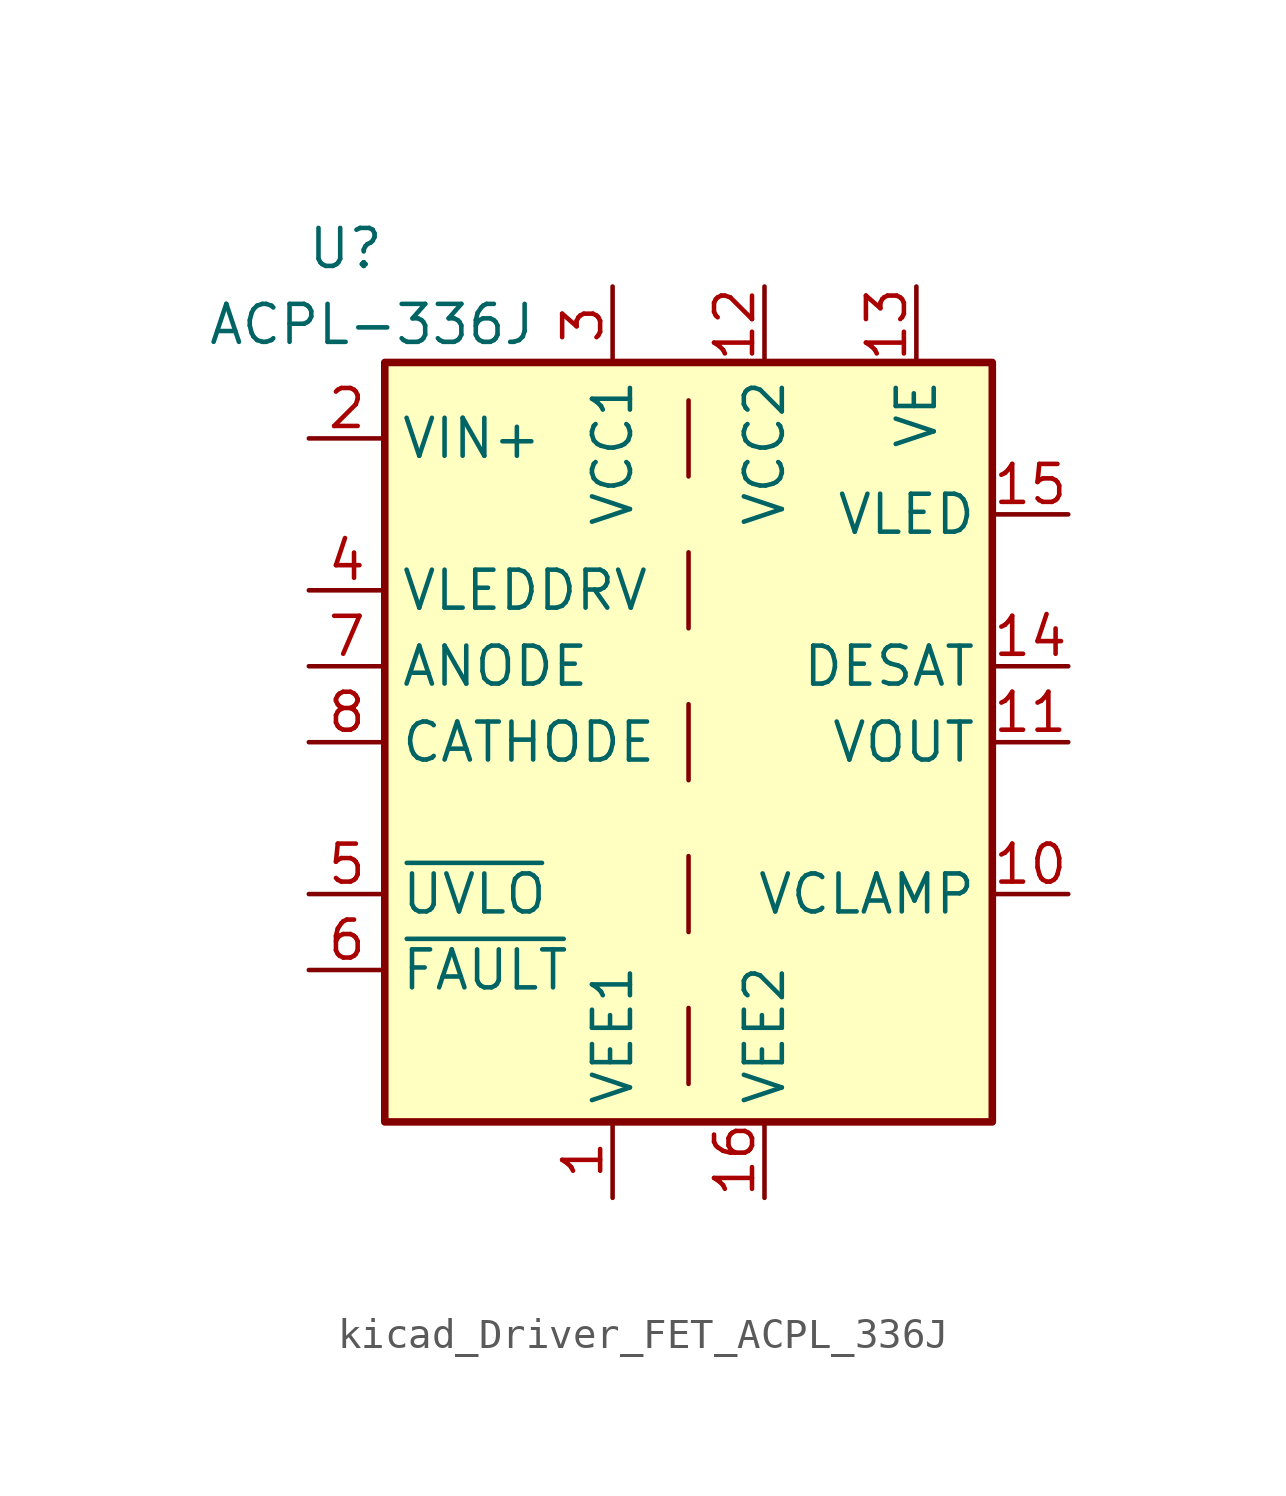
<source format=kicad_sym>
(kicad_symbol_lib
  (version 20220914)
  (generator kicad_symbol_editor)
  (symbol "kicad_Driver_FET_ACPL_336J"
    (property "Reference" "U"
      (at -10.16 16.51 0)
      (effects (font (size 1.27 1.27)) (justify right)))
    (property "Value" "ACPL-336J"
      (at -5.08 13.97 0)
      (effects (font (size 1.27 1.27)) (justify right)))
    (symbol "kicad_Driver_FET_ACPL_336J_0_1"
      (rectangle (start -10.16 12.7) (end 10.16 -12.7) (stroke (width 0.254) (type default)) (fill (type background)))
      (polyline (pts (xy 0 -11.43) (xy 0 -8.89)) (stroke (width 0) (type default)) (fill (type none)))
      (polyline (pts (xy 0 -6.35) (xy 0 -3.81)) (stroke (width 0) (type default)) (fill (type none)))
      (polyline (pts (xy 0 -1.27) (xy 0 1.27)) (stroke (width 0) (type default)) (fill (type none)))
      (polyline (pts (xy 0 3.81) (xy 0 6.35)) (stroke (width 0) (type default)) (fill (type none)))
      (polyline (pts (xy 0 8.89) (xy 0 11.43)) (stroke (width 0) (type default)) (fill (type none))))
    (symbol "kicad_Driver_FET_ACPL_336J_1_1"
      (pin power_in line (at -2.54 -15.24 90) (length 2.54) (name "VEE1" (effects (font (size 1.27 1.27)))) (number "1" (effects (font (size 1.27 1.27)))))
      (pin bidirectional line (at 12.7 -5.08 180) (length 2.54) (name "VCLAMP" (effects (font (size 1.27 1.27)))) (number "10" (effects (font (size 1.27 1.27)))))
      (pin output line (at 12.7 0 180) (length 2.54) (name "VOUT" (effects (font (size 1.27 1.27)))) (number "11" (effects (font (size 1.27 1.27)))))
      (pin power_in line (at 2.54 15.24 270) (length 2.54) (name "VCC2" (effects (font (size 1.27 1.27)))) (number "12" (effects (font (size 1.27 1.27)))))
      (pin power_in line (at 7.62 15.24 270) (length 2.54) (name "VE" (effects (font (size 1.27 1.27)))) (number "13" (effects (font (size 1.27 1.27)))))
      (pin bidirectional line (at 12.7 2.54 180) (length 2.54) (name "DESAT" (effects (font (size 1.27 1.27)))) (number "14" (effects (font (size 1.27 1.27)))))
      (pin output line (at 12.7 7.62 180) (length 2.54) (name "VLED" (effects (font (size 1.27 1.27)))) (number "15" (effects (font (size 1.27 1.27)))))
      (pin power_in line (at 2.54 -15.24 90) (length 2.54) (name "VEE2" (effects (font (size 1.27 1.27)))) (number "16" (effects (font (size 1.27 1.27)))))
      (pin input line (at -12.7 10.16 0) (length 2.54) (name "VIN+" (effects (font (size 1.27 1.27)))) (number "2" (effects (font (size 1.27 1.27)))))
      (pin power_in line (at -2.54 15.24 270) (length 2.54) (name "VCC1" (effects (font (size 1.27 1.27)))) (number "3" (effects (font (size 1.27 1.27)))))
      (pin output line (at -12.7 5.08 0) (length 2.54) (name "VLEDDRV" (effects (font (size 1.27 1.27)))) (number "4" (effects (font (size 1.27 1.27)))))
      (pin open_collector line (at -12.7 -5.08 0) (length 2.54) (name "~{UVLO}" (effects (font (size 1.27 1.27)))) (number "5" (effects (font (size 1.27 1.27)))))
      (pin open_collector line (at -12.7 -7.62 0) (length 2.54) (name "~{FAULT}" (effects (font (size 1.27 1.27)))) (number "6" (effects (font (size 1.27 1.27)))))
      (pin passive line (at -12.7 2.54 0) (length 2.54) (name "ANODE" (effects (font (size 1.27 1.27)))) (number "7" (effects (font (size 1.27 1.27)))))
      (pin passive line (at -12.7 0 0) (length 2.54) (name "CATHODE" (effects (font (size 1.27 1.27)))) (number "8" (effects (font (size 1.27 1.27)))))
      (pin passive line (at 2.54 -15.24 90) (length 2.54) hide (name "VEE2" (effects (font (size 1.27 1.27)))) (number "9" (effects (font (size 1.27 1.27))))))))
</source>
